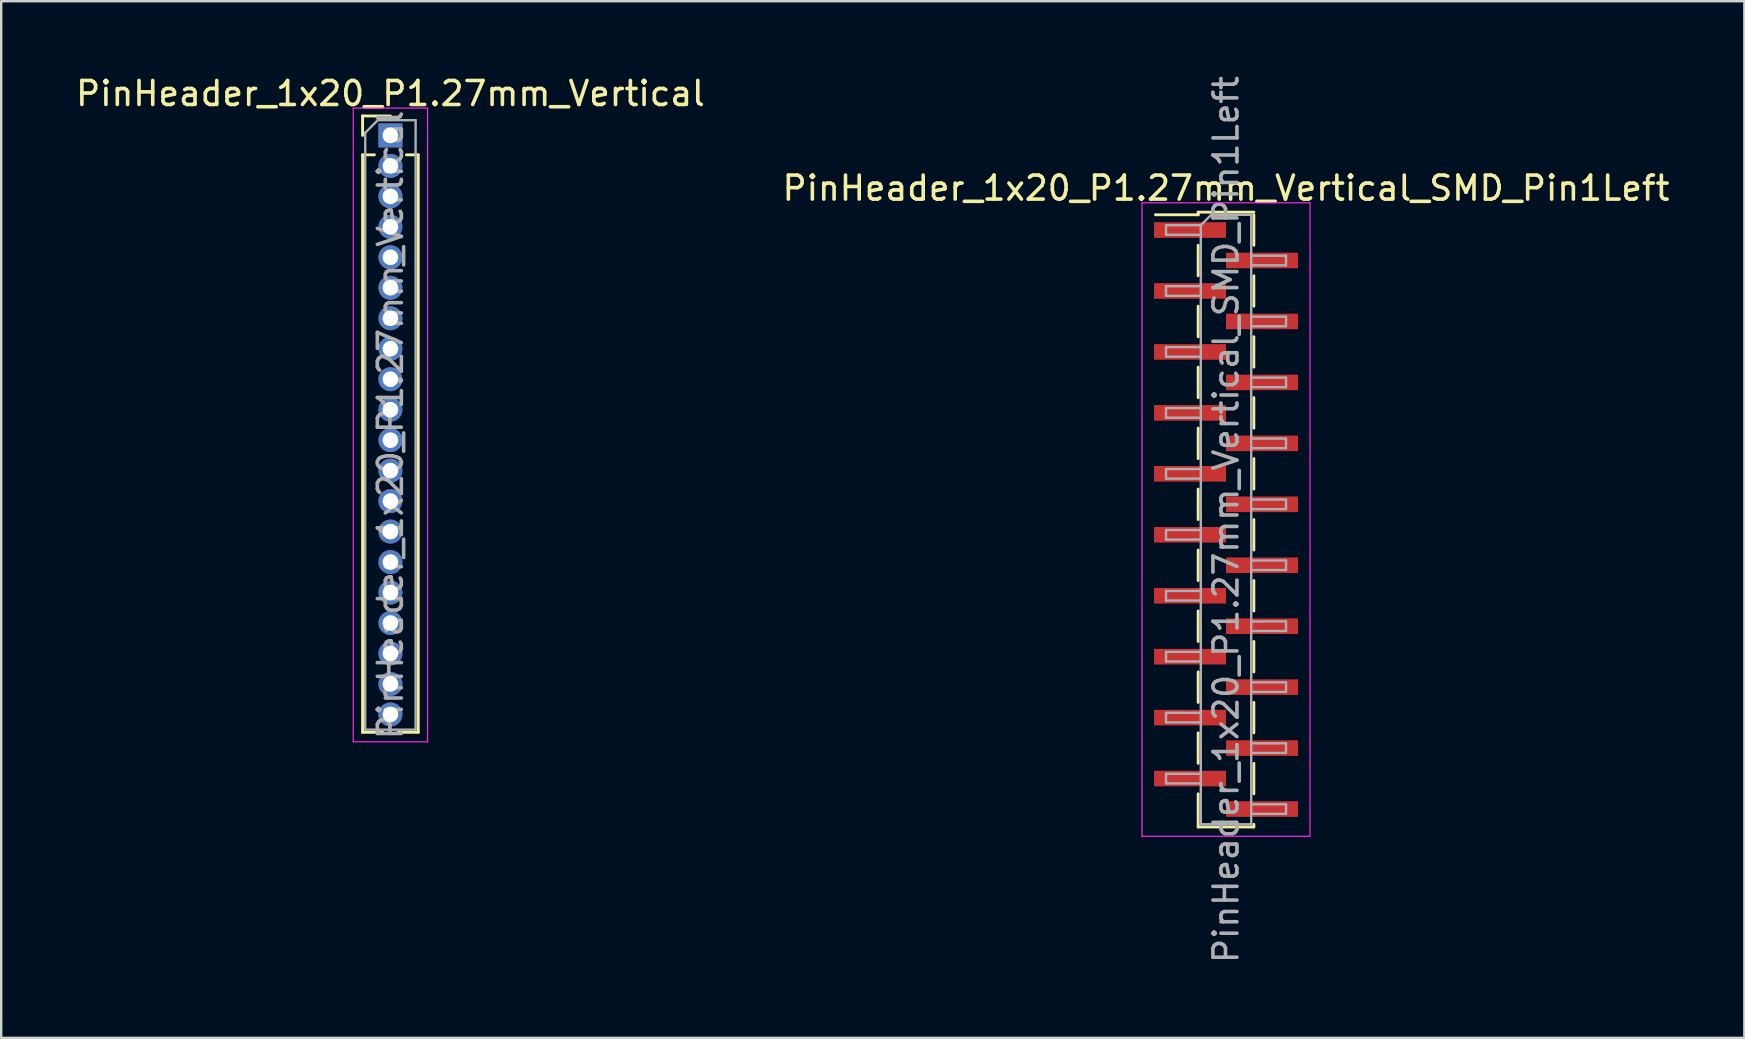
<source format=kicad_pcb>
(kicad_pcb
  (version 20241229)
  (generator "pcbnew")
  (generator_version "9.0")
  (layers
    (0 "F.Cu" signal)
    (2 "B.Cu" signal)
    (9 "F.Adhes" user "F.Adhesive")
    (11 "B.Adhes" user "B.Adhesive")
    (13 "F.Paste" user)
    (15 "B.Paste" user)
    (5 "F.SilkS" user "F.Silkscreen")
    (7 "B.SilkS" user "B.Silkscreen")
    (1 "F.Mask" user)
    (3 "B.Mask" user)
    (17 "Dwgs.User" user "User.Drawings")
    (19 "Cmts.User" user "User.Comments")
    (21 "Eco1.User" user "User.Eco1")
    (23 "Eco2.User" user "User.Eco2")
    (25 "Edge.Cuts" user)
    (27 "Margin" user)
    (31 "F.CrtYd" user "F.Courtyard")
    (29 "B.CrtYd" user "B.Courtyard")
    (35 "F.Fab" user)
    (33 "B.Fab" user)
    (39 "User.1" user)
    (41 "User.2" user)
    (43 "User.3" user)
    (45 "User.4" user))
  (footprint "PinHeader_1x20_P1.27mm_Vertical"
    (layer "F.Cu")
    (at 13.22 2.593)
    (property "Reference" "PinHeader_1x20_P1.27mm_Vertical" (at 0 -1.745 0) (layer "F.SilkS") (effects (font (size 1 1) (thickness 0.15))))
    (attr through_hole)
    (fp_line (start -1.16 -0.81) (end 0 -0.81) (stroke (width 0.12) (type solid)) (layer "F.SilkS"))
    (fp_line (start -1.16 0) (end -1.16 -0.81) (stroke (width 0.12) (type solid)) (layer "F.SilkS"))
    (fp_line (start -1.16 0.81) (end -1.16 24.875) (stroke (width 0.12) (type solid)) (layer "F.SilkS"))
    (fp_line (start -1.16 0.81) (end -0.667 0.81) (stroke (width 0.12) (type solid)) (layer "F.SilkS"))
    (fp_line (start -1.16 24.875) (end -0.318 24.875) (stroke (width 0.12) (type solid)) (layer "F.SilkS"))
    (fp_line (start 0.318 24.875) (end 1.16 24.875) (stroke (width 0.12) (type solid)) (layer "F.SilkS"))
    (fp_line (start 0.667 0.81) (end 1.16 0.81) (stroke (width 0.12) (type solid)) (layer "F.SilkS"))
    (fp_line (start 1.16 0.81) (end 1.16 24.875) (stroke (width 0.12) (type solid)) (layer "F.SilkS"))
    (fp_line (start -1.55 -1.14) (end -1.55 25.27) (stroke (width 0.05) (type solid)) (layer "F.CrtYd"))
    (fp_line (start -1.55 25.27) (end 1.55 25.27) (stroke (width 0.05) (type solid)) (layer "F.CrtYd"))
    (fp_line (start 1.55 -1.14) (end -1.55 -1.14) (stroke (width 0.05) (type solid)) (layer "F.CrtYd"))
    (fp_line (start 1.55 25.27) (end 1.55 -1.14) (stroke (width 0.05) (type solid)) (layer "F.CrtYd"))
    (fp_line (start -1.05 -0.11) (end -0.525 -0.635) (stroke (width 0.1) (type solid)) (layer "F.Fab"))
    (fp_line (start -1.05 24.765) (end -1.05 -0.11) (stroke (width 0.1) (type solid)) (layer "F.Fab"))
    (fp_line (start -0.525 -0.635) (end 1.05 -0.635) (stroke (width 0.1) (type solid)) (layer "F.Fab"))
    (fp_line (start 1.05 -0.635) (end 1.05 24.765) (stroke (width 0.1) (type solid)) (layer "F.Fab"))
    (fp_line (start 1.05 24.765) (end -1.05 24.765) (stroke (width 0.1) (type solid)) (layer "F.Fab"))
    (fp_text user "${REFERENCE}" (at 0 12.065 90) (layer "F.Fab") (effects (font (size 1 1) (thickness 0.15))))
    (pad "1" thru_hole rect (at 0 0) (size 1 1) (drill 0.65) (layers "*.Cu" "*.Mask"))
    (pad "2" thru_hole circle (at 0 1.27) (size 1 1) (drill 0.65) (layers "*.Cu" "*.Mask"))
    (pad "3" thru_hole circle (at 0 2.54) (size 1 1) (drill 0.65) (layers "*.Cu" "*.Mask"))
    (pad "4" thru_hole circle (at 0 3.81) (size 1 1) (drill 0.65) (layers "*.Cu" "*.Mask"))
    (pad "5" thru_hole circle (at 0 5.08) (size 1 1) (drill 0.65) (layers "*.Cu" "*.Mask"))
    (pad "6" thru_hole circle (at 0 6.35) (size 1 1) (drill 0.65) (layers "*.Cu" "*.Mask"))
    (pad "7" thru_hole circle (at 0 7.62) (size 1 1) (drill 0.65) (layers "*.Cu" "*.Mask"))
    (pad "8" thru_hole circle (at 0 8.89) (size 1 1) (drill 0.65) (layers "*.Cu" "*.Mask"))
    (pad "9" thru_hole circle (at 0 10.16) (size 1 1) (drill 0.65) (layers "*.Cu" "*.Mask"))
    (pad "10" thru_hole circle (at 0 11.43) (size 1 1) (drill 0.65) (layers "*.Cu" "*.Mask"))
    (pad "11" thru_hole circle (at 0 12.7) (size 1 1) (drill 0.65) (layers "*.Cu" "*.Mask"))
    (pad "12" thru_hole circle (at 0 13.97) (size 1 1) (drill 0.65) (layers "*.Cu" "*.Mask"))
    (pad "13" thru_hole circle (at 0 15.24) (size 1 1) (drill 0.65) (layers "*.Cu" "*.Mask"))
    (pad "14" thru_hole circle (at 0 16.51) (size 1 1) (drill 0.65) (layers "*.Cu" "*.Mask"))
    (pad "15" thru_hole circle (at 0 17.78) (size 1 1) (drill 0.65) (layers "*.Cu" "*.Mask"))
    (pad "16" thru_hole circle (at 0 19.05) (size 1 1) (drill 0.65) (layers "*.Cu" "*.Mask"))
    (pad "17" thru_hole circle (at 0 20.32) (size 1 1) (drill 0.65) (layers "*.Cu" "*.Mask"))
    (pad "18" thru_hole circle (at 0 21.59) (size 1 1) (drill 0.65) (layers "*.Cu" "*.Mask"))
    (pad "19" thru_hole circle (at 0 22.86) (size 1 1) (drill 0.65) (layers "*.Cu" "*.Mask"))
    (pad "20" thru_hole circle (at 0 24.13) (size 1 1) (drill 0.65) (layers "*.Cu" "*.Mask")))
  (footprint "PinHeader_1x20_P1.27mm_Vertical_SMD_Pin1Left"
    (layer "F.Cu")
    (at 48.042 18.601)
    (property "Reference" "PinHeader_1x20_P1.27mm_Vertical_SMD_Pin1Left" (at 0 -13.81 0) (layer "F.SilkS") (effects (font (size 1 1) (thickness 0.15))))
    (attr smd)
    (fp_line (start -1.16 -12.81) (end -1.16 -12.7) (stroke (width 0.12) (type solid)) (layer "F.SilkS"))
    (fp_line (start -1.16 -12.81) (end 1.16 -12.81) (stroke (width 0.12) (type solid)) (layer "F.SilkS"))
    (fp_line (start -1.16 -12.7) (end -2.94 -12.7) (stroke (width 0.12) (type solid)) (layer "F.SilkS"))
    (fp_line (start -1.16 -11.43) (end -1.16 -10.16) (stroke (width 0.12) (type solid)) (layer "F.SilkS"))
    (fp_line (start -1.16 -8.89) (end -1.16 -7.62) (stroke (width 0.12) (type solid)) (layer "F.SilkS"))
    (fp_line (start -1.16 -6.35) (end -1.16 -5.08) (stroke (width 0.12) (type solid)) (layer "F.SilkS"))
    (fp_line (start -1.16 -3.81) (end -1.16 -2.54) (stroke (width 0.12) (type solid)) (layer "F.SilkS"))
    (fp_line (start -1.16 -1.27) (end -1.16 0) (stroke (width 0.12) (type solid)) (layer "F.SilkS"))
    (fp_line (start -1.16 1.27) (end -1.16 2.54) (stroke (width 0.12) (type solid)) (layer "F.SilkS"))
    (fp_line (start -1.16 3.81) (end -1.16 5.08) (stroke (width 0.12) (type solid)) (layer "F.SilkS"))
    (fp_line (start -1.16 6.35) (end -1.16 7.62) (stroke (width 0.12) (type solid)) (layer "F.SilkS"))
    (fp_line (start -1.16 8.89) (end -1.16 10.16) (stroke (width 0.12) (type solid)) (layer "F.SilkS"))
    (fp_line (start -1.16 11.43) (end -1.16 12.81) (stroke (width 0.12) (type solid)) (layer "F.SilkS"))
    (fp_line (start -1.16 12.81) (end 1.16 12.81) (stroke (width 0.12) (type solid)) (layer "F.SilkS"))
    (fp_line (start 1.16 -12.7) (end 1.16 -11.43) (stroke (width 0.12) (type solid)) (layer "F.SilkS"))
    (fp_line (start 1.16 -10.16) (end 1.16 -8.89) (stroke (width 0.12) (type solid)) (layer "F.SilkS"))
    (fp_line (start 1.16 -7.62) (end 1.16 -6.35) (stroke (width 0.12) (type solid)) (layer "F.SilkS"))
    (fp_line (start 1.16 -5.08) (end 1.16 -3.81) (stroke (width 0.12) (type solid)) (layer "F.SilkS"))
    (fp_line (start 1.16 -2.54) (end 1.16 -1.27) (stroke (width 0.12) (type solid)) (layer "F.SilkS"))
    (fp_line (start 1.16 0) (end 1.16 1.27) (stroke (width 0.12) (type solid)) (layer "F.SilkS"))
    (fp_line (start 1.16 2.54) (end 1.16 3.81) (stroke (width 0.12) (type solid)) (layer "F.SilkS"))
    (fp_line (start 1.16 5.08) (end 1.16 6.35) (stroke (width 0.12) (type solid)) (layer "F.SilkS"))
    (fp_line (start 1.16 7.62) (end 1.16 8.89) (stroke (width 0.12) (type solid)) (layer "F.SilkS"))
    (fp_line (start 1.16 10.16) (end 1.16 11.43) (stroke (width 0.12) (type solid)) (layer "F.SilkS"))
    (fp_line (start 1.16 12.7) (end 1.16 12.81) (stroke (width 0.12) (type solid)) (layer "F.SilkS"))
    (fp_line (start -3.5 -13.2) (end -3.5 13.2) (stroke (width 0.05) (type solid)) (layer "F.CrtYd"))
    (fp_line (start -3.5 13.2) (end 3.5 13.2) (stroke (width 0.05) (type solid)) (layer "F.CrtYd"))
    (fp_line (start 3.5 -13.2) (end -3.5 -13.2) (stroke (width 0.05) (type solid)) (layer "F.CrtYd"))
    (fp_line (start 3.5 13.2) (end 3.5 -13.2) (stroke (width 0.05) (type solid)) (layer "F.CrtYd"))
    (fp_line (start -2.5 -12.265) (end -2.5 -11.865) (stroke (width 0.1) (type solid)) (layer "F.Fab"))
    (fp_line (start -2.5 -11.865) (end -1.05 -11.865) (stroke (width 0.1) (type solid)) (layer "F.Fab"))
    (fp_line (start -2.5 -9.725) (end -2.5 -9.325) (stroke (width 0.1) (type solid)) (layer "F.Fab"))
    (fp_line (start -2.5 -9.325) (end -1.05 -9.325) (stroke (width 0.1) (type solid)) (layer "F.Fab"))
    (fp_line (start -2.5 -7.185) (end -2.5 -6.785) (stroke (width 0.1) (type solid)) (layer "F.Fab"))
    (fp_line (start -2.5 -6.785) (end -1.05 -6.785) (stroke (width 0.1) (type solid)) (layer "F.Fab"))
    (fp_line (start -2.5 -4.645) (end -2.5 -4.245) (stroke (width 0.1) (type solid)) (layer "F.Fab"))
    (fp_line (start -2.5 -4.245) (end -1.05 -4.245) (stroke (width 0.1) (type solid)) (layer "F.Fab"))
    (fp_line (start -2.5 -2.105) (end -2.5 -1.705) (stroke (width 0.1) (type solid)) (layer "F.Fab"))
    (fp_line (start -2.5 -1.705) (end -1.05 -1.705) (stroke (width 0.1) (type solid)) (layer "F.Fab"))
    (fp_line (start -2.5 0.435) (end -2.5 0.835) (stroke (width 0.1) (type solid)) (layer "F.Fab"))
    (fp_line (start -2.5 0.835) (end -1.05 0.835) (stroke (width 0.1) (type solid)) (layer "F.Fab"))
    (fp_line (start -2.5 2.975) (end -2.5 3.375) (stroke (width 0.1) (type solid)) (layer "F.Fab"))
    (fp_line (start -2.5 3.375) (end -1.05 3.375) (stroke (width 0.1) (type solid)) (layer "F.Fab"))
    (fp_line (start -2.5 5.515) (end -2.5 5.915) (stroke (width 0.1) (type solid)) (layer "F.Fab"))
    (fp_line (start -2.5 5.915) (end -1.05 5.915) (stroke (width 0.1) (type solid)) (layer "F.Fab"))
    (fp_line (start -2.5 8.055) (end -2.5 8.455) (stroke (width 0.1) (type solid)) (layer "F.Fab"))
    (fp_line (start -2.5 8.455) (end -1.05 8.455) (stroke (width 0.1) (type solid)) (layer "F.Fab"))
    (fp_line (start -2.5 10.595) (end -2.5 10.995) (stroke (width 0.1) (type solid)) (layer "F.Fab"))
    (fp_line (start -2.5 10.995) (end -1.05 10.995) (stroke (width 0.1) (type solid)) (layer "F.Fab"))
    (fp_line (start -1.05 -12.265) (end -2.5 -12.265) (stroke (width 0.1) (type solid)) (layer "F.Fab"))
    (fp_line (start -1.05 -12.265) (end -0.615 -12.7) (stroke (width 0.1) (type solid)) (layer "F.Fab"))
    (fp_line (start -1.05 -9.725) (end -2.5 -9.725) (stroke (width 0.1) (type solid)) (layer "F.Fab"))
    (fp_line (start -1.05 -7.185) (end -2.5 -7.185) (stroke (width 0.1) (type solid)) (layer "F.Fab"))
    (fp_line (start -1.05 -4.645) (end -2.5 -4.645) (stroke (width 0.1) (type solid)) (layer "F.Fab"))
    (fp_line (start -1.05 -2.105) (end -2.5 -2.105) (stroke (width 0.1) (type solid)) (layer "F.Fab"))
    (fp_line (start -1.05 0.435) (end -2.5 0.435) (stroke (width 0.1) (type solid)) (layer "F.Fab"))
    (fp_line (start -1.05 2.975) (end -2.5 2.975) (stroke (width 0.1) (type solid)) (layer "F.Fab"))
    (fp_line (start -1.05 5.515) (end -2.5 5.515) (stroke (width 0.1) (type solid)) (layer "F.Fab"))
    (fp_line (start -1.05 8.055) (end -2.5 8.055) (stroke (width 0.1) (type solid)) (layer "F.Fab"))
    (fp_line (start -1.05 10.595) (end -2.5 10.595) (stroke (width 0.1) (type solid)) (layer "F.Fab"))
    (fp_line (start -1.05 12.7) (end -1.05 -12.265) (stroke (width 0.1) (type solid)) (layer "F.Fab"))
    (fp_line (start -0.615 -12.7) (end 1.05 -12.7) (stroke (width 0.1) (type solid)) (layer "F.Fab"))
    (fp_line (start 1.05 -12.7) (end 1.05 12.7) (stroke (width 0.1) (type solid)) (layer "F.Fab"))
    (fp_line (start 1.05 -10.995) (end 2.5 -10.995) (stroke (width 0.1) (type solid)) (layer "F.Fab"))
    (fp_line (start 1.05 -8.455) (end 2.5 -8.455) (stroke (width 0.1) (type solid)) (layer "F.Fab"))
    (fp_line (start 1.05 -5.915) (end 2.5 -5.915) (stroke (width 0.1) (type solid)) (layer "F.Fab"))
    (fp_line (start 1.05 -3.375) (end 2.5 -3.375) (stroke (width 0.1) (type solid)) (layer "F.Fab"))
    (fp_line (start 1.05 -0.835) (end 2.5 -0.835) (stroke (width 0.1) (type solid)) (layer "F.Fab"))
    (fp_line (start 1.05 1.705) (end 2.5 1.705) (stroke (width 0.1) (type solid)) (layer "F.Fab"))
    (fp_line (start 1.05 4.245) (end 2.5 4.245) (stroke (width 0.1) (type solid)) (layer "F.Fab"))
    (fp_line (start 1.05 6.785) (end 2.5 6.785) (stroke (width 0.1) (type solid)) (layer "F.Fab"))
    (fp_line (start 1.05 9.325) (end 2.5 9.325) (stroke (width 0.1) (type solid)) (layer "F.Fab"))
    (fp_line (start 1.05 11.865) (end 2.5 11.865) (stroke (width 0.1) (type solid)) (layer "F.Fab"))
    (fp_line (start 1.05 12.7) (end -1.05 12.7) (stroke (width 0.1) (type solid)) (layer "F.Fab"))
    (fp_line (start 2.5 -10.995) (end 2.5 -10.595) (stroke (width 0.1) (type solid)) (layer "F.Fab"))
    (fp_line (start 2.5 -10.595) (end 1.05 -10.595) (stroke (width 0.1) (type solid)) (layer "F.Fab"))
    (fp_line (start 2.5 -8.455) (end 2.5 -8.055) (stroke (width 0.1) (type solid)) (layer "F.Fab"))
    (fp_line (start 2.5 -8.055) (end 1.05 -8.055) (stroke (width 0.1) (type solid)) (layer "F.Fab"))
    (fp_line (start 2.5 -5.915) (end 2.5 -5.515) (stroke (width 0.1) (type solid)) (layer "F.Fab"))
    (fp_line (start 2.5 -5.515) (end 1.05 -5.515) (stroke (width 0.1) (type solid)) (layer "F.Fab"))
    (fp_line (start 2.5 -3.375) (end 2.5 -2.975) (stroke (width 0.1) (type solid)) (layer "F.Fab"))
    (fp_line (start 2.5 -2.975) (end 1.05 -2.975) (stroke (width 0.1) (type solid)) (layer "F.Fab"))
    (fp_line (start 2.5 -0.835) (end 2.5 -0.435) (stroke (width 0.1) (type solid)) (layer "F.Fab"))
    (fp_line (start 2.5 -0.435) (end 1.05 -0.435) (stroke (width 0.1) (type solid)) (layer "F.Fab"))
    (fp_line (start 2.5 1.705) (end 2.5 2.105) (stroke (width 0.1) (type solid)) (layer "F.Fab"))
    (fp_line (start 2.5 2.105) (end 1.05 2.105) (stroke (width 0.1) (type solid)) (layer "F.Fab"))
    (fp_line (start 2.5 4.245) (end 2.5 4.645) (stroke (width 0.1) (type solid)) (layer "F.Fab"))
    (fp_line (start 2.5 4.645) (end 1.05 4.645) (stroke (width 0.1) (type solid)) (layer "F.Fab"))
    (fp_line (start 2.5 6.785) (end 2.5 7.185) (stroke (width 0.1) (type solid)) (layer "F.Fab"))
    (fp_line (start 2.5 7.185) (end 1.05 7.185) (stroke (width 0.1) (type solid)) (layer "F.Fab"))
    (fp_line (start 2.5 9.325) (end 2.5 9.725) (stroke (width 0.1) (type solid)) (layer "F.Fab"))
    (fp_line (start 2.5 9.725) (end 1.05 9.725) (stroke (width 0.1) (type solid)) (layer "F.Fab"))
    (fp_line (start 2.5 11.865) (end 2.5 12.265) (stroke (width 0.1) (type solid)) (layer "F.Fab"))
    (fp_line (start 2.5 12.265) (end 1.05 12.265) (stroke (width 0.1) (type solid)) (layer "F.Fab"))
    (fp_text user "${REFERENCE}" (at 0 0 90) (layer "F.Fab") (effects (font (size 1 1) (thickness 0.15))))
    (pad "1" smd rect (at -1.5 -12.065) (size 3 0.65) (layers "F.Cu" "F.Mask" "F.Paste"))
    (pad "2" smd rect (at 1.5 -10.795) (size 3 0.65) (layers "F.Cu" "F.Mask" "F.Paste"))
    (pad "3" smd rect (at -1.5 -9.525) (size 3 0.65) (layers "F.Cu" "F.Mask" "F.Paste"))
    (pad "4" smd rect (at 1.5 -8.255) (size 3 0.65) (layers "F.Cu" "F.Mask" "F.Paste"))
    (pad "5" smd rect (at -1.5 -6.985) (size 3 0.65) (layers "F.Cu" "F.Mask" "F.Paste"))
    (pad "6" smd rect (at 1.5 -5.715) (size 3 0.65) (layers "F.Cu" "F.Mask" "F.Paste"))
    (pad "7" smd rect (at -1.5 -4.445) (size 3 0.65) (layers "F.Cu" "F.Mask" "F.Paste"))
    (pad "8" smd rect (at 1.5 -3.175) (size 3 0.65) (layers "F.Cu" "F.Mask" "F.Paste"))
    (pad "9" smd rect (at -1.5 -1.905) (size 3 0.65) (layers "F.Cu" "F.Mask" "F.Paste"))
    (pad "10" smd rect (at 1.5 -0.635) (size 3 0.65) (layers "F.Cu" "F.Mask" "F.Paste"))
    (pad "11" smd rect (at -1.5 0.635) (size 3 0.65) (layers "F.Cu" "F.Mask" "F.Paste"))
    (pad "12" smd rect (at 1.5 1.905) (size 3 0.65) (layers "F.Cu" "F.Mask" "F.Paste"))
    (pad "13" smd rect (at -1.5 3.175) (size 3 0.65) (layers "F.Cu" "F.Mask" "F.Paste"))
    (pad "14" smd rect (at 1.5 4.445) (size 3 0.65) (layers "F.Cu" "F.Mask" "F.Paste"))
    (pad "15" smd rect (at -1.5 5.715) (size 3 0.65) (layers "F.Cu" "F.Mask" "F.Paste"))
    (pad "16" smd rect (at 1.5 6.985) (size 3 0.65) (layers "F.Cu" "F.Mask" "F.Paste"))
    (pad "17" smd rect (at -1.5 8.255) (size 3 0.65) (layers "F.Cu" "F.Mask" "F.Paste"))
    (pad "18" smd rect (at 1.5 9.525) (size 3 0.65) (layers "F.Cu" "F.Mask" "F.Paste"))
    (pad "19" smd rect (at -1.5 10.795) (size 3 0.65) (layers "F.Cu" "F.Mask" "F.Paste"))
    (pad "20" smd rect (at 1.5 12.065) (size 3 0.65) (layers "F.Cu" "F.Mask" "F.Paste")))
  (gr_rect
    (start -3 -3)
    (end 69.643 40.202)
    (stroke (width 0.1) (type default))
    (fill no)
    (layer "Edge.Cuts")))
</source>
